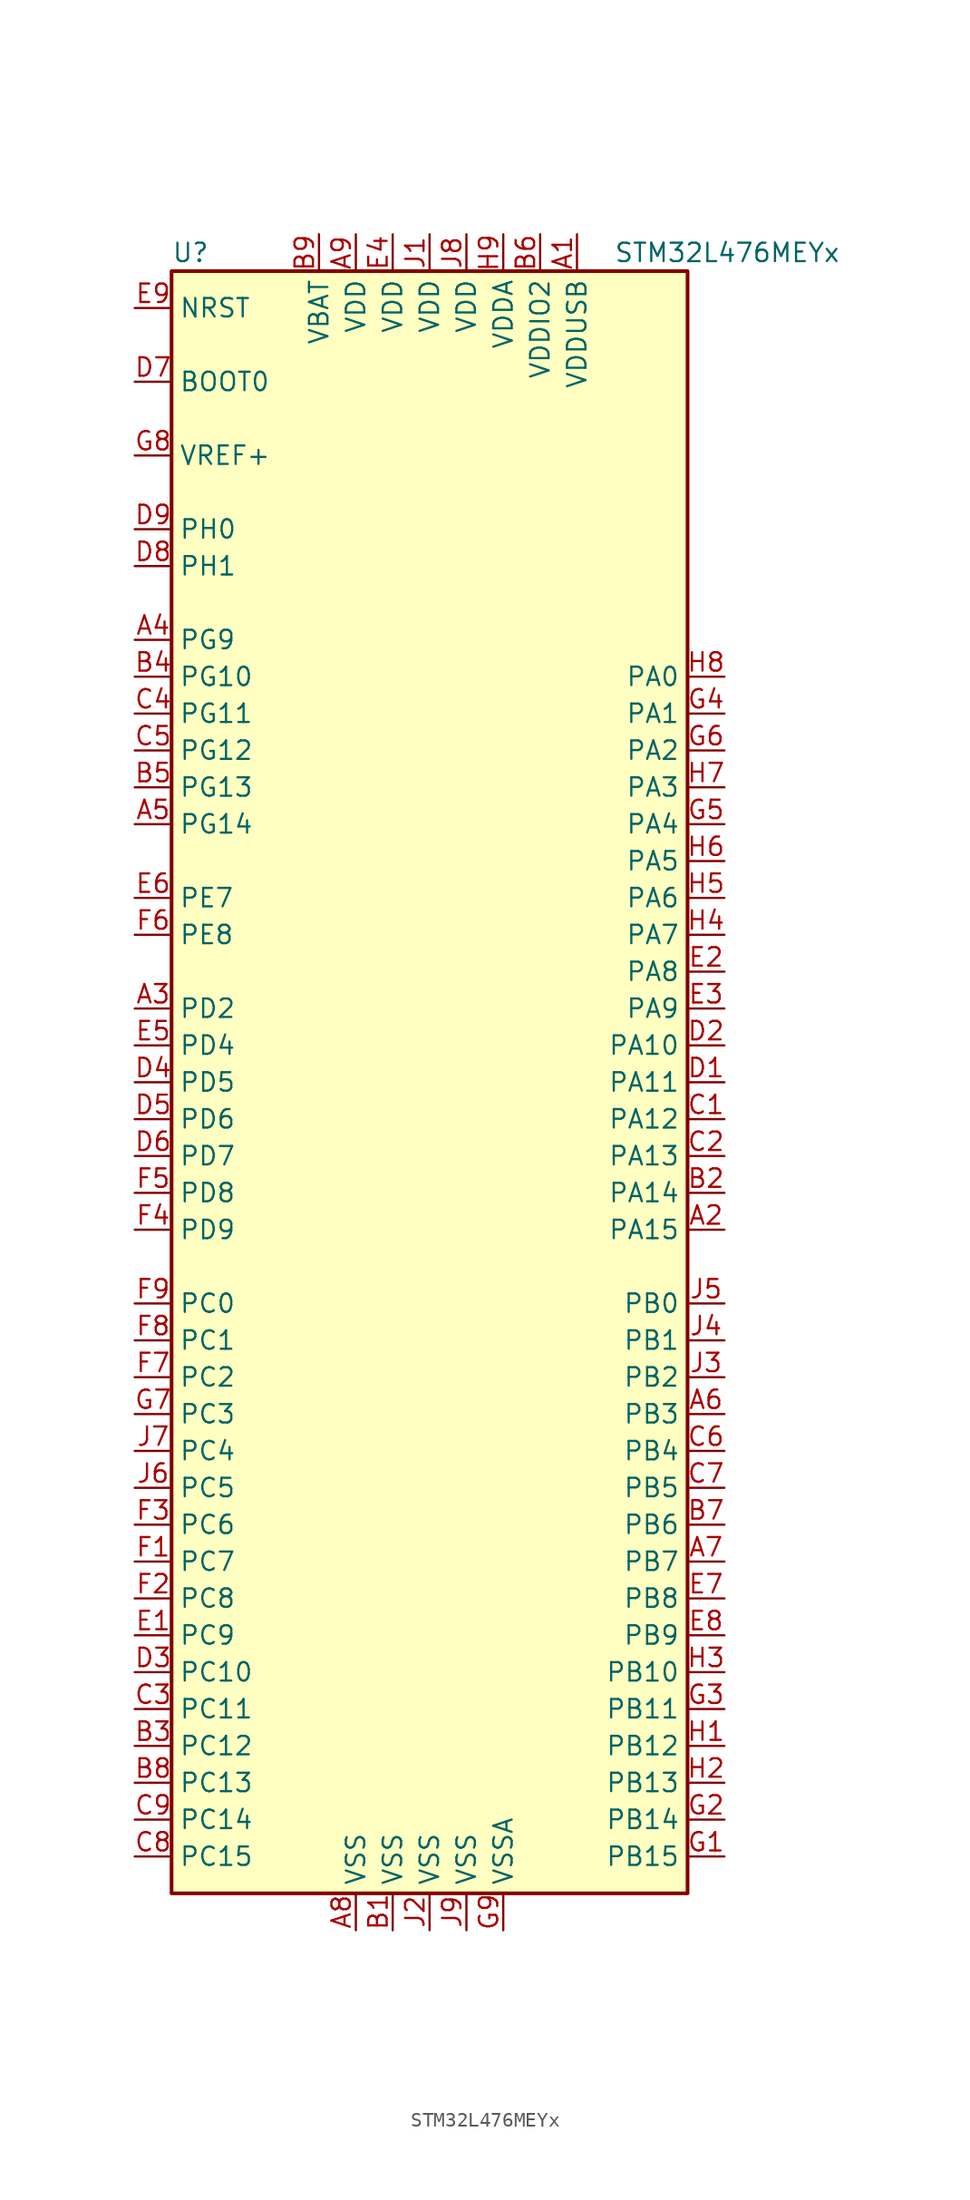
<source format=kicad_sym>
(kicad_symbol_lib
  (version 20201005)
  (generator kicad_symbol_editor)
  (symbol "MCU_ST_STM32L4:STM32L476MEYx"
    (property "Reference" "U"
      (at -17.78 57.15 0)
      (effects (font (size 1.27 1.27)) (justify left)))
    (property "Value" "STM32L476MEYx"
      (at 12.7 57.15 0)
      (effects (font (size 1.27 1.27)) (justify left)))
    (symbol "STM32L476MEYx_0_1"
      (rectangle (start -17.78 -55.88) (end 17.78 55.88) (stroke (width 0.254)) (fill (type background))))
    (symbol "STM32L476MEYx_1_1"
      (pin power_in line (at 10.16 58.42 270) (length 2.54) (name "VDDUSB" (effects (font (size 1.27 1.27)))) (number "A1" (effects (font (size 1.27 1.27)))))
      (pin bidirectional line (at 20.32 -10.16 180) (length 2.54) (name "PA15" (effects (font (size 1.27 1.27)))) (number "A2" (effects (font (size 1.27 1.27)))))
      (pin bidirectional line (at -20.32 5.08 0) (length 2.54) (name "PD2" (effects (font (size 1.27 1.27)))) (number "A3" (effects (font (size 1.27 1.27)))))
      (pin bidirectional line (at -20.32 30.48 0) (length 2.54) (name "PG9" (effects (font (size 1.27 1.27)))) (number "A4" (effects (font (size 1.27 1.27)))))
      (pin bidirectional line (at -20.32 17.78 0) (length 2.54) (name "PG14" (effects (font (size 1.27 1.27)))) (number "A5" (effects (font (size 1.27 1.27)))))
      (pin bidirectional line (at 20.32 -22.86 180) (length 2.54) (name "PB3" (effects (font (size 1.27 1.27)))) (number "A6" (effects (font (size 1.27 1.27)))))
      (pin bidirectional line (at 20.32 -33.02 180) (length 2.54) (name "PB7" (effects (font (size 1.27 1.27)))) (number "A7" (effects (font (size 1.27 1.27)))))
      (pin power_in line (at -5.08 -58.42 90) (length 2.54) (name "VSS" (effects (font (size 1.27 1.27)))) (number "A8" (effects (font (size 1.27 1.27)))))
      (pin power_in line (at -5.08 58.42 270) (length 2.54) (name "VDD" (effects (font (size 1.27 1.27)))) (number "A9" (effects (font (size 1.27 1.27)))))
      (pin power_in line (at -2.54 -58.42 90) (length 2.54) (name "VSS" (effects (font (size 1.27 1.27)))) (number "B1" (effects (font (size 1.27 1.27)))))
      (pin bidirectional line (at 20.32 -7.62 180) (length 2.54) (name "PA14" (effects (font (size 1.27 1.27)))) (number "B2" (effects (font (size 1.27 1.27)))))
      (pin bidirectional line (at -20.32 -45.72 0) (length 2.54) (name "PC12" (effects (font (size 1.27 1.27)))) (number "B3" (effects (font (size 1.27 1.27)))))
      (pin bidirectional line (at -20.32 27.94 0) (length 2.54) (name "PG10" (effects (font (size 1.27 1.27)))) (number "B4" (effects (font (size 1.27 1.27)))))
      (pin bidirectional line (at -20.32 20.32 0) (length 2.54) (name "PG13" (effects (font (size 1.27 1.27)))) (number "B5" (effects (font (size 1.27 1.27)))))
      (pin power_in line (at 7.62 58.42 270) (length 2.54) (name "VDDIO2" (effects (font (size 1.27 1.27)))) (number "B6" (effects (font (size 1.27 1.27)))))
      (pin bidirectional line (at 20.32 -30.48 180) (length 2.54) (name "PB6" (effects (font (size 1.27 1.27)))) (number "B7" (effects (font (size 1.27 1.27)))))
      (pin bidirectional line (at -20.32 -48.26 0) (length 2.54) (name "PC13" (effects (font (size 1.27 1.27)))) (number "B8" (effects (font (size 1.27 1.27)))))
      (pin power_in line (at -7.62 58.42 270) (length 2.54) (name "VBAT" (effects (font (size 1.27 1.27)))) (number "B9" (effects (font (size 1.27 1.27)))))
      (pin bidirectional line (at 20.32 -2.54 180) (length 2.54) (name "PA12" (effects (font (size 1.27 1.27)))) (number "C1" (effects (font (size 1.27 1.27)))))
      (pin bidirectional line (at 20.32 -5.08 180) (length 2.54) (name "PA13" (effects (font (size 1.27 1.27)))) (number "C2" (effects (font (size 1.27 1.27)))))
      (pin bidirectional line (at -20.32 -43.18 0) (length 2.54) (name "PC11" (effects (font (size 1.27 1.27)))) (number "C3" (effects (font (size 1.27 1.27)))))
      (pin bidirectional line (at -20.32 25.4 0) (length 2.54) (name "PG11" (effects (font (size 1.27 1.27)))) (number "C4" (effects (font (size 1.27 1.27)))))
      (pin bidirectional line (at -20.32 22.86 0) (length 2.54) (name "PG12" (effects (font (size 1.27 1.27)))) (number "C5" (effects (font (size 1.27 1.27)))))
      (pin bidirectional line (at 20.32 -25.4 180) (length 2.54) (name "PB4" (effects (font (size 1.27 1.27)))) (number "C6" (effects (font (size 1.27 1.27)))))
      (pin bidirectional line (at 20.32 -27.94 180) (length 2.54) (name "PB5" (effects (font (size 1.27 1.27)))) (number "C7" (effects (font (size 1.27 1.27)))))
      (pin bidirectional line (at -20.32 -53.34 0) (length 2.54) (name "PC15" (effects (font (size 1.27 1.27)))) (number "C8" (effects (font (size 1.27 1.27)))))
      (pin bidirectional line (at -20.32 -50.8 0) (length 2.54) (name "PC14" (effects (font (size 1.27 1.27)))) (number "C9" (effects (font (size 1.27 1.27)))))
      (pin bidirectional line (at 20.32 0 180) (length 2.54) (name "PA11" (effects (font (size 1.27 1.27)))) (number "D1" (effects (font (size 1.27 1.27)))))
      (pin bidirectional line (at 20.32 2.54 180) (length 2.54) (name "PA10" (effects (font (size 1.27 1.27)))) (number "D2" (effects (font (size 1.27 1.27)))))
      (pin bidirectional line (at -20.32 -40.64 0) (length 2.54) (name "PC10" (effects (font (size 1.27 1.27)))) (number "D3" (effects (font (size 1.27 1.27)))))
      (pin bidirectional line (at -20.32 0 0) (length 2.54) (name "PD5" (effects (font (size 1.27 1.27)))) (number "D4" (effects (font (size 1.27 1.27)))))
      (pin bidirectional line (at -20.32 -2.54 0) (length 2.54) (name "PD6" (effects (font (size 1.27 1.27)))) (number "D5" (effects (font (size 1.27 1.27)))))
      (pin bidirectional line (at -20.32 -5.08 0) (length 2.54) (name "PD7" (effects (font (size 1.27 1.27)))) (number "D6" (effects (font (size 1.27 1.27)))))
      (pin input line (at -20.32 48.26 0) (length 2.54) (name "BOOT0" (effects (font (size 1.27 1.27)))) (number "D7" (effects (font (size 1.27 1.27)))))
      (pin input line (at -20.32 35.56 0) (length 2.54) (name "PH1" (effects (font (size 1.27 1.27)))) (number "D8" (effects (font (size 1.27 1.27)))))
      (pin input line (at -20.32 38.1 0) (length 2.54) (name "PH0" (effects (font (size 1.27 1.27)))) (number "D9" (effects (font (size 1.27 1.27)))))
      (pin bidirectional line (at -20.32 -38.1 0) (length 2.54) (name "PC9" (effects (font (size 1.27 1.27)))) (number "E1" (effects (font (size 1.27 1.27)))))
      (pin bidirectional line (at 20.32 7.62 180) (length 2.54) (name "PA8" (effects (font (size 1.27 1.27)))) (number "E2" (effects (font (size 1.27 1.27)))))
      (pin bidirectional line (at 20.32 5.08 180) (length 2.54) (name "PA9" (effects (font (size 1.27 1.27)))) (number "E3" (effects (font (size 1.27 1.27)))))
      (pin power_in line (at -2.54 58.42 270) (length 2.54) (name "VDD" (effects (font (size 1.27 1.27)))) (number "E4" (effects (font (size 1.27 1.27)))))
      (pin bidirectional line (at -20.32 2.54 0) (length 2.54) (name "PD4" (effects (font (size 1.27 1.27)))) (number "E5" (effects (font (size 1.27 1.27)))))
      (pin bidirectional line (at -20.32 12.7 0) (length 2.54) (name "PE7" (effects (font (size 1.27 1.27)))) (number "E6" (effects (font (size 1.27 1.27)))))
      (pin bidirectional line (at 20.32 -35.56 180) (length 2.54) (name "PB8" (effects (font (size 1.27 1.27)))) (number "E7" (effects (font (size 1.27 1.27)))))
      (pin bidirectional line (at 20.32 -38.1 180) (length 2.54) (name "PB9" (effects (font (size 1.27 1.27)))) (number "E8" (effects (font (size 1.27 1.27)))))
      (pin input line (at -20.32 53.34 0) (length 2.54) (name "NRST" (effects (font (size 1.27 1.27)))) (number "E9" (effects (font (size 1.27 1.27)))))
      (pin bidirectional line (at -20.32 -33.02 0) (length 2.54) (name "PC7" (effects (font (size 1.27 1.27)))) (number "F1" (effects (font (size 1.27 1.27)))))
      (pin bidirectional line (at -20.32 -35.56 0) (length 2.54) (name "PC8" (effects (font (size 1.27 1.27)))) (number "F2" (effects (font (size 1.27 1.27)))))
      (pin bidirectional line (at -20.32 -30.48 0) (length 2.54) (name "PC6" (effects (font (size 1.27 1.27)))) (number "F3" (effects (font (size 1.27 1.27)))))
      (pin bidirectional line (at -20.32 -10.16 0) (length 2.54) (name "PD9" (effects (font (size 1.27 1.27)))) (number "F4" (effects (font (size 1.27 1.27)))))
      (pin bidirectional line (at -20.32 -7.62 0) (length 2.54) (name "PD8" (effects (font (size 1.27 1.27)))) (number "F5" (effects (font (size 1.27 1.27)))))
      (pin bidirectional line (at -20.32 10.16 0) (length 2.54) (name "PE8" (effects (font (size 1.27 1.27)))) (number "F6" (effects (font (size 1.27 1.27)))))
      (pin bidirectional line (at -20.32 -20.32 0) (length 2.54) (name "PC2" (effects (font (size 1.27 1.27)))) (number "F7" (effects (font (size 1.27 1.27)))))
      (pin bidirectional line (at -20.32 -17.78 0) (length 2.54) (name "PC1" (effects (font (size 1.27 1.27)))) (number "F8" (effects (font (size 1.27 1.27)))))
      (pin bidirectional line (at -20.32 -15.24 0) (length 2.54) (name "PC0" (effects (font (size 1.27 1.27)))) (number "F9" (effects (font (size 1.27 1.27)))))
      (pin bidirectional line (at 20.32 -53.34 180) (length 2.54) (name "PB15" (effects (font (size 1.27 1.27)))) (number "G1" (effects (font (size 1.27 1.27)))))
      (pin bidirectional line (at 20.32 -50.8 180) (length 2.54) (name "PB14" (effects (font (size 1.27 1.27)))) (number "G2" (effects (font (size 1.27 1.27)))))
      (pin bidirectional line (at 20.32 -43.18 180) (length 2.54) (name "PB11" (effects (font (size 1.27 1.27)))) (number "G3" (effects (font (size 1.27 1.27)))))
      (pin bidirectional line (at 20.32 25.4 180) (length 2.54) (name "PA1" (effects (font (size 1.27 1.27)))) (number "G4" (effects (font (size 1.27 1.27)))))
      (pin bidirectional line (at 20.32 17.78 180) (length 2.54) (name "PA4" (effects (font (size 1.27 1.27)))) (number "G5" (effects (font (size 1.27 1.27)))))
      (pin bidirectional line (at 20.32 22.86 180) (length 2.54) (name "PA2" (effects (font (size 1.27 1.27)))) (number "G6" (effects (font (size 1.27 1.27)))))
      (pin bidirectional line (at -20.32 -22.86 0) (length 2.54) (name "PC3" (effects (font (size 1.27 1.27)))) (number "G7" (effects (font (size 1.27 1.27)))))
      (pin bidirectional line (at -20.32 43.18 0) (length 2.54) (name "VREF+" (effects (font (size 1.27 1.27)))) (number "G8" (effects (font (size 1.27 1.27)))))
      (pin power_in line (at 5.08 -58.42 90) (length 2.54) (name "VSSA" (effects (font (size 1.27 1.27)))) (number "G9" (effects (font (size 1.27 1.27)))))
      (pin bidirectional line (at 20.32 -45.72 180) (length 2.54) (name "PB12" (effects (font (size 1.27 1.27)))) (number "H1" (effects (font (size 1.27 1.27)))))
      (pin bidirectional line (at 20.32 -48.26 180) (length 2.54) (name "PB13" (effects (font (size 1.27 1.27)))) (number "H2" (effects (font (size 1.27 1.27)))))
      (pin bidirectional line (at 20.32 -40.64 180) (length 2.54) (name "PB10" (effects (font (size 1.27 1.27)))) (number "H3" (effects (font (size 1.27 1.27)))))
      (pin bidirectional line (at 20.32 10.16 180) (length 2.54) (name "PA7" (effects (font (size 1.27 1.27)))) (number "H4" (effects (font (size 1.27 1.27)))))
      (pin bidirectional line (at 20.32 12.7 180) (length 2.54) (name "PA6" (effects (font (size 1.27 1.27)))) (number "H5" (effects (font (size 1.27 1.27)))))
      (pin bidirectional line (at 20.32 15.24 180) (length 2.54) (name "PA5" (effects (font (size 1.27 1.27)))) (number "H6" (effects (font (size 1.27 1.27)))))
      (pin bidirectional line (at 20.32 20.32 180) (length 2.54) (name "PA3" (effects (font (size 1.27 1.27)))) (number "H7" (effects (font (size 1.27 1.27)))))
      (pin bidirectional line (at 20.32 27.94 180) (length 2.54) (name "PA0" (effects (font (size 1.27 1.27)))) (number "H8" (effects (font (size 1.27 1.27)))))
      (pin power_in line (at 5.08 58.42 270) (length 2.54) (name "VDDA" (effects (font (size 1.27 1.27)))) (number "H9" (effects (font (size 1.27 1.27)))))
      (pin power_in line (at 0 58.42 270) (length 2.54) (name "VDD" (effects (font (size 1.27 1.27)))) (number "J1" (effects (font (size 1.27 1.27)))))
      (pin power_in line (at 0 -58.42 90) (length 2.54) (name "VSS" (effects (font (size 1.27 1.27)))) (number "J2" (effects (font (size 1.27 1.27)))))
      (pin bidirectional line (at 20.32 -20.32 180) (length 2.54) (name "PB2" (effects (font (size 1.27 1.27)))) (number "J3" (effects (font (size 1.27 1.27)))))
      (pin bidirectional line (at 20.32 -17.78 180) (length 2.54) (name "PB1" (effects (font (size 1.27 1.27)))) (number "J4" (effects (font (size 1.27 1.27)))))
      (pin bidirectional line (at 20.32 -15.24 180) (length 2.54) (name "PB0" (effects (font (size 1.27 1.27)))) (number "J5" (effects (font (size 1.27 1.27)))))
      (pin bidirectional line (at -20.32 -27.94 0) (length 2.54) (name "PC5" (effects (font (size 1.27 1.27)))) (number "J6" (effects (font (size 1.27 1.27)))))
      (pin bidirectional line (at -20.32 -25.4 0) (length 2.54) (name "PC4" (effects (font (size 1.27 1.27)))) (number "J7" (effects (font (size 1.27 1.27)))))
      (pin power_in line (at 2.54 58.42 270) (length 2.54) (name "VDD" (effects (font (size 1.27 1.27)))) (number "J8" (effects (font (size 1.27 1.27)))))
      (pin power_in line (at 2.54 -58.42 90) (length 2.54) (name "VSS" (effects (font (size 1.27 1.27)))) (number "J9" (effects (font (size 1.27 1.27))))))))
</source>
